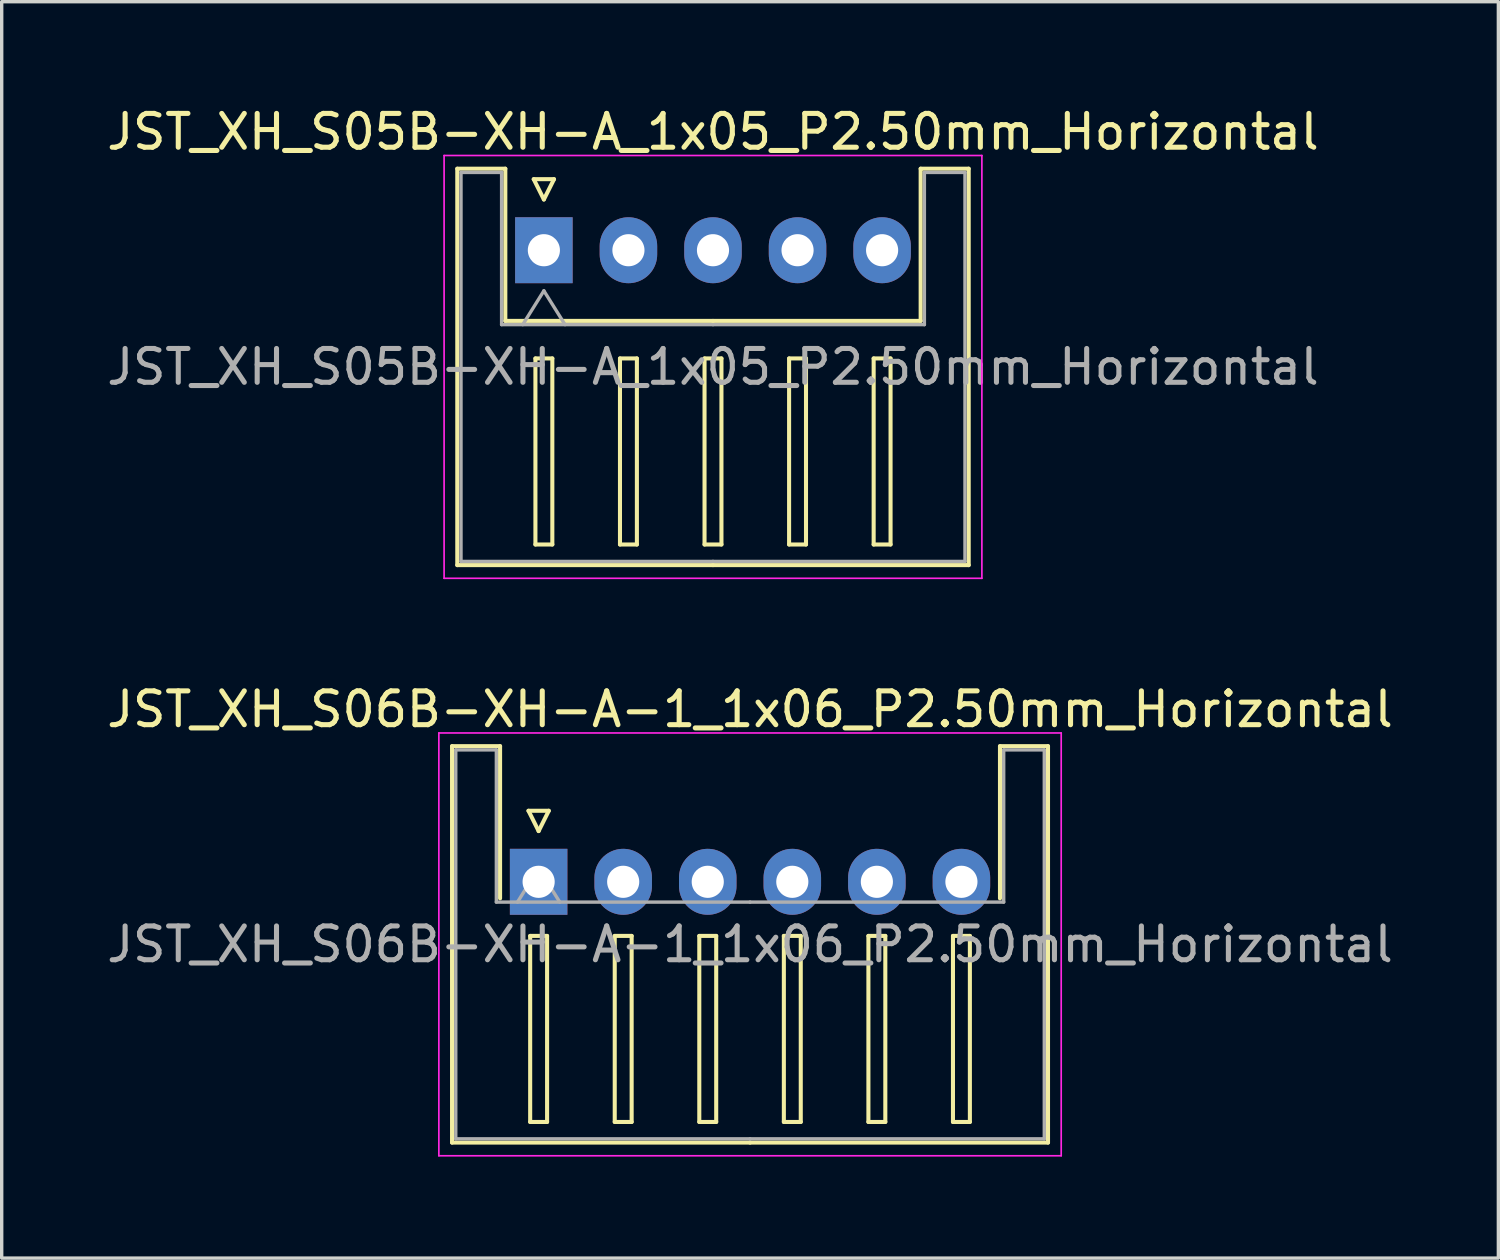
<source format=kicad_pcb>
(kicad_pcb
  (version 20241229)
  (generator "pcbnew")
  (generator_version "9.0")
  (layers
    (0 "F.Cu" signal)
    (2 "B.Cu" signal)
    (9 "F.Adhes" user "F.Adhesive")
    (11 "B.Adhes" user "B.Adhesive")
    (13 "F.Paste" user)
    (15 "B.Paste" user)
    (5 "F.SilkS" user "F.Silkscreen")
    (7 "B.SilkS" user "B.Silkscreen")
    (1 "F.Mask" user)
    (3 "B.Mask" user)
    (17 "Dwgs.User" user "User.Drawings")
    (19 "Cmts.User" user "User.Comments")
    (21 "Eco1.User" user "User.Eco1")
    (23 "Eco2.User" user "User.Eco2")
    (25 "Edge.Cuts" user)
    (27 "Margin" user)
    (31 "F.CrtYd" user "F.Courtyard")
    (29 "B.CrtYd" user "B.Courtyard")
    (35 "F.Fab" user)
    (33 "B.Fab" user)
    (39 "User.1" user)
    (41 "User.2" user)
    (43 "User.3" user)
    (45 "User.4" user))
  (footprint "JST_XH_S05B-XH-A_1x05_P2.50mm_Horizontal"
    (layer "F.Cu")
    (at 13.03 4.348)
    (property "Reference" "JST_XH_S05B-XH-A_1x05_P2.50mm_Horizontal" (at 5 -3.5 0) (layer "F.SilkS") (effects (font (size 1 1) (thickness 0.15))))
    (attr through_hole)
    (fp_line (start -2.56 -2.41) (end -1.14 -2.41) (stroke (width 0.12) (type solid)) (layer "F.SilkS"))
    (fp_line (start -2.56 9.31) (end -2.56 -2.41) (stroke (width 0.12) (type solid)) (layer "F.SilkS"))
    (fp_line (start -1.14 -2.41) (end -1.14 2.09) (stroke (width 0.12) (type solid)) (layer "F.SilkS"))
    (fp_line (start -1.14 2.09) (end 5 2.09) (stroke (width 0.12) (type solid)) (layer "F.SilkS"))
    (fp_line (start -0.3 -2.1) (end 0.3 -2.1) (stroke (width 0.12) (type solid)) (layer "F.SilkS"))
    (fp_line (start -0.25 3.2) (end -0.25 8.7) (stroke (width 0.12) (type solid)) (layer "F.SilkS"))
    (fp_line (start -0.25 8.7) (end 0.25 8.7) (stroke (width 0.12) (type solid)) (layer "F.SilkS"))
    (fp_line (start 0 -1.5) (end -0.3 -2.1) (stroke (width 0.12) (type solid)) (layer "F.SilkS"))
    (fp_line (start 0.25 3.2) (end -0.25 3.2) (stroke (width 0.12) (type solid)) (layer "F.SilkS"))
    (fp_line (start 0.25 8.7) (end 0.25 3.2) (stroke (width 0.12) (type solid)) (layer "F.SilkS"))
    (fp_line (start 0.3 -2.1) (end 0 -1.5) (stroke (width 0.12) (type solid)) (layer "F.SilkS"))
    (fp_line (start 2.25 3.2) (end 2.25 8.7) (stroke (width 0.12) (type solid)) (layer "F.SilkS"))
    (fp_line (start 2.25 8.7) (end 2.75 8.7) (stroke (width 0.12) (type solid)) (layer "F.SilkS"))
    (fp_line (start 2.75 3.2) (end 2.25 3.2) (stroke (width 0.12) (type solid)) (layer "F.SilkS"))
    (fp_line (start 2.75 8.7) (end 2.75 3.2) (stroke (width 0.12) (type solid)) (layer "F.SilkS"))
    (fp_line (start 4.75 3.2) (end 4.75 8.7) (stroke (width 0.12) (type solid)) (layer "F.SilkS"))
    (fp_line (start 4.75 8.7) (end 5.25 8.7) (stroke (width 0.12) (type solid)) (layer "F.SilkS"))
    (fp_line (start 5 9.31) (end -2.56 9.31) (stroke (width 0.12) (type solid)) (layer "F.SilkS"))
    (fp_line (start 5 9.31) (end 12.56 9.31) (stroke (width 0.12) (type solid)) (layer "F.SilkS"))
    (fp_line (start 5.25 3.2) (end 4.75 3.2) (stroke (width 0.12) (type solid)) (layer "F.SilkS"))
    (fp_line (start 5.25 8.7) (end 5.25 3.2) (stroke (width 0.12) (type solid)) (layer "F.SilkS"))
    (fp_line (start 7.25 3.2) (end 7.25 8.7) (stroke (width 0.12) (type solid)) (layer "F.SilkS"))
    (fp_line (start 7.25 8.7) (end 7.75 8.7) (stroke (width 0.12) (type solid)) (layer "F.SilkS"))
    (fp_line (start 7.75 3.2) (end 7.25 3.2) (stroke (width 0.12) (type solid)) (layer "F.SilkS"))
    (fp_line (start 7.75 8.7) (end 7.75 3.2) (stroke (width 0.12) (type solid)) (layer "F.SilkS"))
    (fp_line (start 9.75 3.2) (end 9.75 8.7) (stroke (width 0.12) (type solid)) (layer "F.SilkS"))
    (fp_line (start 9.75 8.7) (end 10.25 8.7) (stroke (width 0.12) (type solid)) (layer "F.SilkS"))
    (fp_line (start 10.25 3.2) (end 9.75 3.2) (stroke (width 0.12) (type solid)) (layer "F.SilkS"))
    (fp_line (start 10.25 8.7) (end 10.25 3.2) (stroke (width 0.12) (type solid)) (layer "F.SilkS"))
    (fp_line (start 11.14 -2.41) (end 11.14 2.09) (stroke (width 0.12) (type solid)) (layer "F.SilkS"))
    (fp_line (start 11.14 2.09) (end 5 2.09) (stroke (width 0.12) (type solid)) (layer "F.SilkS"))
    (fp_line (start 12.56 -2.41) (end 11.14 -2.41) (stroke (width 0.12) (type solid)) (layer "F.SilkS"))
    (fp_line (start 12.56 9.31) (end 12.56 -2.41) (stroke (width 0.12) (type solid)) (layer "F.SilkS"))
    (fp_line (start -2.95 -2.8) (end -2.95 9.7) (stroke (width 0.05) (type solid)) (layer "F.CrtYd"))
    (fp_line (start -2.95 9.7) (end 12.95 9.7) (stroke (width 0.05) (type solid)) (layer "F.CrtYd"))
    (fp_line (start 12.95 -2.8) (end -2.95 -2.8) (stroke (width 0.05) (type solid)) (layer "F.CrtYd"))
    (fp_line (start 12.95 9.7) (end 12.95 -2.8) (stroke (width 0.05) (type solid)) (layer "F.CrtYd"))
    (fp_line (start -2.45 -2.3) (end -1.25 -2.3) (stroke (width 0.1) (type solid)) (layer "F.Fab"))
    (fp_line (start -2.45 9.2) (end -2.45 -2.3) (stroke (width 0.1) (type solid)) (layer "F.Fab"))
    (fp_line (start -1.25 -2.3) (end -1.25 2.2) (stroke (width 0.1) (type solid)) (layer "F.Fab"))
    (fp_line (start -1.25 2.2) (end 5 2.2) (stroke (width 0.1) (type solid)) (layer "F.Fab"))
    (fp_line (start -0.625 2.2) (end 0 1.2) (stroke (width 0.1) (type solid)) (layer "F.Fab"))
    (fp_line (start 0 1.2) (end 0.625 2.2) (stroke (width 0.1) (type solid)) (layer "F.Fab"))
    (fp_line (start 5 9.2) (end -2.45 9.2) (stroke (width 0.1) (type solid)) (layer "F.Fab"))
    (fp_line (start 5 9.2) (end 12.45 9.2) (stroke (width 0.1) (type solid)) (layer "F.Fab"))
    (fp_line (start 11.25 -2.3) (end 11.25 2.2) (stroke (width 0.1) (type solid)) (layer "F.Fab"))
    (fp_line (start 11.25 2.2) (end 5 2.2) (stroke (width 0.1) (type solid)) (layer "F.Fab"))
    (fp_line (start 12.45 -2.3) (end 11.25 -2.3) (stroke (width 0.1) (type solid)) (layer "F.Fab"))
    (fp_line (start 12.45 9.2) (end 12.45 -2.3) (stroke (width 0.1) (type solid)) (layer "F.Fab"))
    (fp_text user "${REFERENCE}" (at 5 3.45 0) (layer "F.Fab") (effects (font (size 1 1) (thickness 0.15))))
    (pad "1" thru_hole rect (at 0 0) (size 1.7 1.95) (drill 0.95) (layers "*.Cu" "*.Mask"))
    (pad "2" thru_hole oval (at 2.5 0) (size 1.7 1.95) (drill 0.95) (layers "*.Cu" "*.Mask"))
    (pad "3" thru_hole oval (at 5 0) (size 1.7 1.95) (drill 0.95) (layers "*.Cu" "*.Mask"))
    (pad "4" thru_hole oval (at 7.5 0) (size 1.7 1.95) (drill 0.95) (layers "*.Cu" "*.Mask"))
    (pad "5" thru_hole oval (at 10 0) (size 1.7 1.95) (drill 0.95) (layers "*.Cu" "*.Mask")))
  (footprint "JST_XH_S06B-XH-A-1_1x06_P2.50mm_Horizontal"
    (layer "F.Cu")
    (at 12.875 23.021)
    (property "Reference" "JST_XH_S06B-XH-A-1_1x06_P2.50mm_Horizontal" (at 6.25 -5.1 0) (layer "F.SilkS") (effects (font (size 1 1) (thickness 0.15))))
    (attr through_hole)
    (fp_line (start -2.56 -4.01) (end -1.14 -4.01) (stroke (width 0.12) (type solid)) (layer "F.SilkS"))
    (fp_line (start -2.56 7.71) (end -2.56 -4.01) (stroke (width 0.12) (type solid)) (layer "F.SilkS"))
    (fp_line (start -1.14 -4.01) (end -1.14 0.49) (stroke (width 0.12) (type solid)) (layer "F.SilkS"))
    (fp_line (start -0.3 -2.1) (end 0.3 -2.1) (stroke (width 0.12) (type solid)) (layer "F.SilkS"))
    (fp_line (start -0.25 1.6) (end -0.25 7.1) (stroke (width 0.12) (type solid)) (layer "F.SilkS"))
    (fp_line (start -0.25 7.1) (end 0.25 7.1) (stroke (width 0.12) (type solid)) (layer "F.SilkS"))
    (fp_line (start 0 -1.5) (end -0.3 -2.1) (stroke (width 0.12) (type solid)) (layer "F.SilkS"))
    (fp_line (start 0.25 1.6) (end -0.25 1.6) (stroke (width 0.12) (type solid)) (layer "F.SilkS"))
    (fp_line (start 0.25 7.1) (end 0.25 1.6) (stroke (width 0.12) (type solid)) (layer "F.SilkS"))
    (fp_line (start 0.3 -2.1) (end 0 -1.5) (stroke (width 0.12) (type solid)) (layer "F.SilkS"))
    (fp_line (start 2.25 1.6) (end 2.25 7.1) (stroke (width 0.12) (type solid)) (layer "F.SilkS"))
    (fp_line (start 2.25 7.1) (end 2.75 7.1) (stroke (width 0.12) (type solid)) (layer "F.SilkS"))
    (fp_line (start 2.75 1.6) (end 2.25 1.6) (stroke (width 0.12) (type solid)) (layer "F.SilkS"))
    (fp_line (start 2.75 7.1) (end 2.75 1.6) (stroke (width 0.12) (type solid)) (layer "F.SilkS"))
    (fp_line (start 4.75 1.6) (end 4.75 7.1) (stroke (width 0.12) (type solid)) (layer "F.SilkS"))
    (fp_line (start 4.75 7.1) (end 5.25 7.1) (stroke (width 0.12) (type solid)) (layer "F.SilkS"))
    (fp_line (start 5.25 1.6) (end 4.75 1.6) (stroke (width 0.12) (type solid)) (layer "F.SilkS"))
    (fp_line (start 5.25 7.1) (end 5.25 1.6) (stroke (width 0.12) (type solid)) (layer "F.SilkS"))
    (fp_line (start 6.25 7.71) (end -2.56 7.71) (stroke (width 0.12) (type solid)) (layer "F.SilkS"))
    (fp_line (start 6.25 7.71) (end 15.06 7.71) (stroke (width 0.12) (type solid)) (layer "F.SilkS"))
    (fp_line (start 7.25 1.6) (end 7.25 7.1) (stroke (width 0.12) (type solid)) (layer "F.SilkS"))
    (fp_line (start 7.25 7.1) (end 7.75 7.1) (stroke (width 0.12) (type solid)) (layer "F.SilkS"))
    (fp_line (start 7.75 1.6) (end 7.25 1.6) (stroke (width 0.12) (type solid)) (layer "F.SilkS"))
    (fp_line (start 7.75 7.1) (end 7.75 1.6) (stroke (width 0.12) (type solid)) (layer "F.SilkS"))
    (fp_line (start 9.75 1.6) (end 9.75 7.1) (stroke (width 0.12) (type solid)) (layer "F.SilkS"))
    (fp_line (start 9.75 7.1) (end 10.25 7.1) (stroke (width 0.12) (type solid)) (layer "F.SilkS"))
    (fp_line (start 10.25 1.6) (end 9.75 1.6) (stroke (width 0.12) (type solid)) (layer "F.SilkS"))
    (fp_line (start 10.25 7.1) (end 10.25 1.6) (stroke (width 0.12) (type solid)) (layer "F.SilkS"))
    (fp_line (start 12.25 1.6) (end 12.25 7.1) (stroke (width 0.12) (type solid)) (layer "F.SilkS"))
    (fp_line (start 12.25 7.1) (end 12.75 7.1) (stroke (width 0.12) (type solid)) (layer "F.SilkS"))
    (fp_line (start 12.75 1.6) (end 12.25 1.6) (stroke (width 0.12) (type solid)) (layer "F.SilkS"))
    (fp_line (start 12.75 7.1) (end 12.75 1.6) (stroke (width 0.12) (type solid)) (layer "F.SilkS"))
    (fp_line (start 13.64 -4.01) (end 13.64 0.49) (stroke (width 0.12) (type solid)) (layer "F.SilkS"))
    (fp_line (start 15.06 -4.01) (end 13.64 -4.01) (stroke (width 0.12) (type solid)) (layer "F.SilkS"))
    (fp_line (start 15.06 7.71) (end 15.06 -4.01) (stroke (width 0.12) (type solid)) (layer "F.SilkS"))
    (fp_line (start -2.95 -4.4) (end -2.95 8.1) (stroke (width 0.05) (type solid)) (layer "F.CrtYd"))
    (fp_line (start -2.95 8.1) (end 15.45 8.1) (stroke (width 0.05) (type solid)) (layer "F.CrtYd"))
    (fp_line (start 15.45 -4.4) (end -2.95 -4.4) (stroke (width 0.05) (type solid)) (layer "F.CrtYd"))
    (fp_line (start 15.45 8.1) (end 15.45 -4.4) (stroke (width 0.05) (type solid)) (layer "F.CrtYd"))
    (fp_line (start -2.45 -3.9) (end -1.25 -3.9) (stroke (width 0.1) (type solid)) (layer "F.Fab"))
    (fp_line (start -2.45 7.6) (end -2.45 -3.9) (stroke (width 0.1) (type solid)) (layer "F.Fab"))
    (fp_line (start -1.25 -3.9) (end -1.25 0.6) (stroke (width 0.1) (type solid)) (layer "F.Fab"))
    (fp_line (start -1.25 0.6) (end 6.25 0.6) (stroke (width 0.1) (type solid)) (layer "F.Fab"))
    (fp_line (start -0.625 0.6) (end 0 -0.4) (stroke (width 0.1) (type solid)) (layer "F.Fab"))
    (fp_line (start 0 -0.4) (end 0.625 0.6) (stroke (width 0.1) (type solid)) (layer "F.Fab"))
    (fp_line (start 6.25 7.6) (end -2.45 7.6) (stroke (width 0.1) (type solid)) (layer "F.Fab"))
    (fp_line (start 6.25 7.6) (end 14.95 7.6) (stroke (width 0.1) (type solid)) (layer "F.Fab"))
    (fp_line (start 13.75 -3.9) (end 13.75 0.6) (stroke (width 0.1) (type solid)) (layer "F.Fab"))
    (fp_line (start 13.75 0.6) (end 6.25 0.6) (stroke (width 0.1) (type solid)) (layer "F.Fab"))
    (fp_line (start 14.95 -3.9) (end 13.75 -3.9) (stroke (width 0.1) (type solid)) (layer "F.Fab"))
    (fp_line (start 14.95 7.6) (end 14.95 -3.9) (stroke (width 0.1) (type solid)) (layer "F.Fab"))
    (fp_text user "${REFERENCE}" (at 6.25 1.85 0) (layer "F.Fab") (effects (font (size 1 1) (thickness 0.15))))
    (pad "1" thru_hole rect (at 0 0) (size 1.7 1.95) (drill 0.95) (layers "*.Cu" "*.Mask"))
    (pad "2" thru_hole oval (at 2.5 0) (size 1.7 1.95) (drill 0.95) (layers "*.Cu" "*.Mask"))
    (pad "3" thru_hole oval (at 5 0) (size 1.7 1.95) (drill 0.95) (layers "*.Cu" "*.Mask"))
    (pad "4" thru_hole oval (at 7.5 0) (size 1.7 1.95) (drill 0.95) (layers "*.Cu" "*.Mask"))
    (pad "5" thru_hole oval (at 10 0) (size 1.7 1.95) (drill 0.95) (layers "*.Cu" "*.Mask"))
    (pad "6" thru_hole oval (at 12.5 0) (size 1.7 1.95) (drill 0.95) (layers "*.Cu" "*.Mask")))
  (gr_rect
    (start -3 -3)
    (end 41.25 34.147)
    (stroke (width 0.1) (type default))
    (fill no)
    (layer "Edge.Cuts")))
</source>
